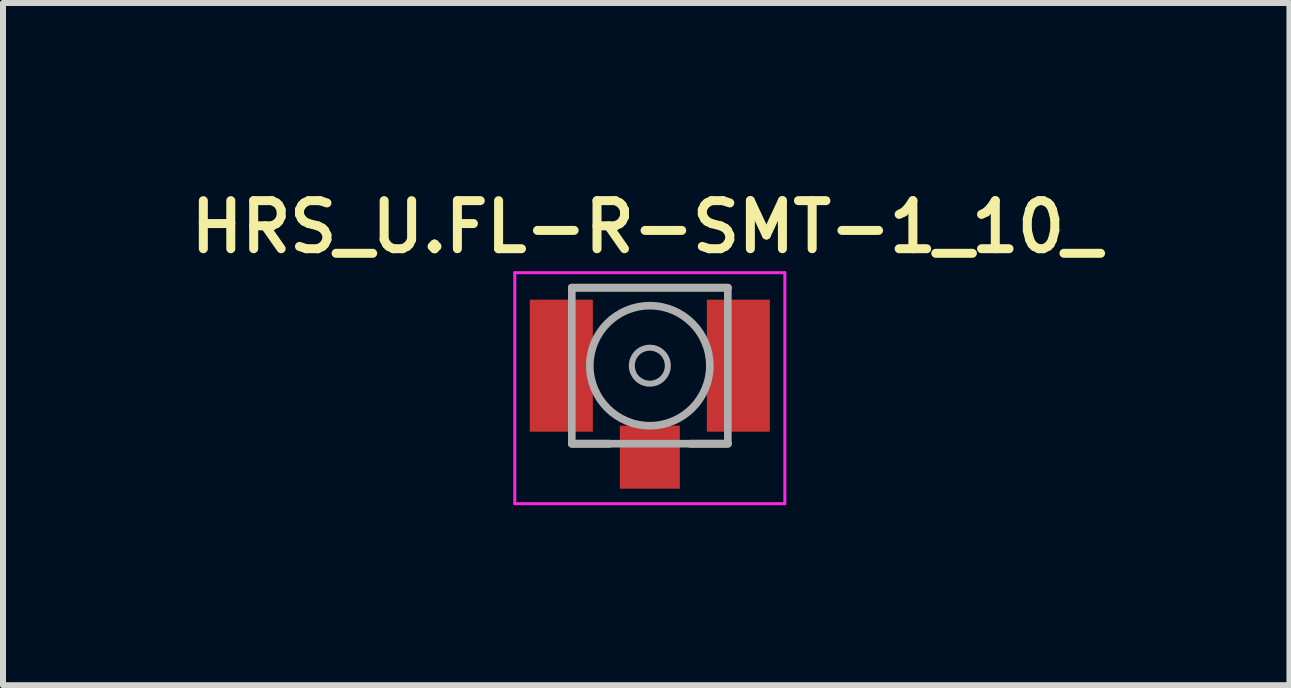
<source format=kicad_pcb>
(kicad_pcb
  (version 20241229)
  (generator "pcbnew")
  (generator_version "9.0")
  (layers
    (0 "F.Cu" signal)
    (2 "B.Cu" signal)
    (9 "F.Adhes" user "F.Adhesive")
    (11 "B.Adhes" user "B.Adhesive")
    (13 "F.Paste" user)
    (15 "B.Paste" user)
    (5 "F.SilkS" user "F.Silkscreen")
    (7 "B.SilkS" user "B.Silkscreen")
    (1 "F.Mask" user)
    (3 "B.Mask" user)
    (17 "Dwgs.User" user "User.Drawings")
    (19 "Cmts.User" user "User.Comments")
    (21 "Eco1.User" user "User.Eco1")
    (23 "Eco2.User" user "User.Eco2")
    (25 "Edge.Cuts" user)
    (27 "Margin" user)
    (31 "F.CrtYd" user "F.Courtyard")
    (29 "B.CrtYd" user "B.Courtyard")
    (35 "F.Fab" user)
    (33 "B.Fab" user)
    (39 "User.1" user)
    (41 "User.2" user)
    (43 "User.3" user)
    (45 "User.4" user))
  (footprint "HRS_U.FL-R-SMT-1_10_"
    (layer "F.Cu")
    (at 7.779 3.044)
    (property "Reference" "HRS_U.FL-R-SMT-1_10_" (at -0.06 -2.312 0) (layer "F.SilkS") (effects (font (size 0.801 0.801) (thickness 0.15))))
    (attr smd)
    (fp_line (start -1.3 -1.3) (end 1.3 -1.3) (stroke (width 0.127) (type solid)) (layer "F.SilkS"))
    (fp_line (start -1.3 1.3) (end -0.67 1.3) (stroke (width 0.127) (type solid)) (layer "F.SilkS"))
    (fp_line (start 1.3 1.3) (end 0.67 1.3) (stroke (width 0.127) (type solid)) (layer "F.SilkS"))
    (fp_line (start -2.25 -1.55) (end 2.25 -1.55) (stroke (width 0.05) (type solid)) (layer "F.CrtYd"))
    (fp_line (start -2.25 2.3) (end -2.25 -1.55) (stroke (width 0.05) (type solid)) (layer "F.CrtYd"))
    (fp_line (start 2.25 -1.55) (end 2.25 2.3) (stroke (width 0.05) (type solid)) (layer "F.CrtYd"))
    (fp_line (start 2.25 2.3) (end -2.25 2.3) (stroke (width 0.05) (type solid)) (layer "F.CrtYd"))
    (fp_line (start -1.3 -1.3) (end 1.3 -1.3) (stroke (width 0.127) (type solid)) (layer "F.Fab"))
    (fp_line (start -1.3 1.3) (end -1.3 -1.3) (stroke (width 0.127) (type solid)) (layer "F.Fab"))
    (fp_line (start 1.3 -1.3) (end 1.3 1.3) (stroke (width 0.127) (type solid)) (layer "F.Fab"))
    (fp_line (start 1.3 1.3) (end -1.3 1.3) (stroke (width 0.127) (type solid)) (layer "F.Fab"))
    (fp_circle (center 0 0) (end 0.3 0) (stroke (width 0.1) (type solid)) (fill no) (layer "F.Fab"))
    (fp_circle (center 0 0) (end 1 0) (stroke (width 0.127) (type solid)) (fill no) (layer "F.Fab"))
    (pad "1" smd rect (at -1.475 0) (size 1.05 2.2) (layers "F.Cu" "F.Mask" "F.Paste"))
    (pad "2" smd rect (at 0 1.525) (size 1 1.05) (layers "F.Cu" "F.Mask" "F.Paste"))
    (pad "3" smd rect (at 1.475 0) (size 1.05 2.2) (layers "F.Cu" "F.Mask" "F.Paste"))
    (zone (net_name "") (layer "F.Cu") (hatch full 0.508) (connect_pads) (min_thickness 0.01) (filled_areas_thickness no) (keepout (tracks not_allowed) (vias not_allowed) (pads not_allowed) (copperpour not_allowed) (footprints allowed)) (placement (enabled no)) (fill) (polygon (pts (xy 6.829 1.944) (xy 8.729 1.944) (xy 8.729 4.044) (xy 6.829 4.044)))))
  (gr_rect
    (start -3 -3)
    (end 18.438 8.369)
    (stroke (width 0.1) (type default))
    (fill no)
    (layer "Edge.Cuts")))
</source>
